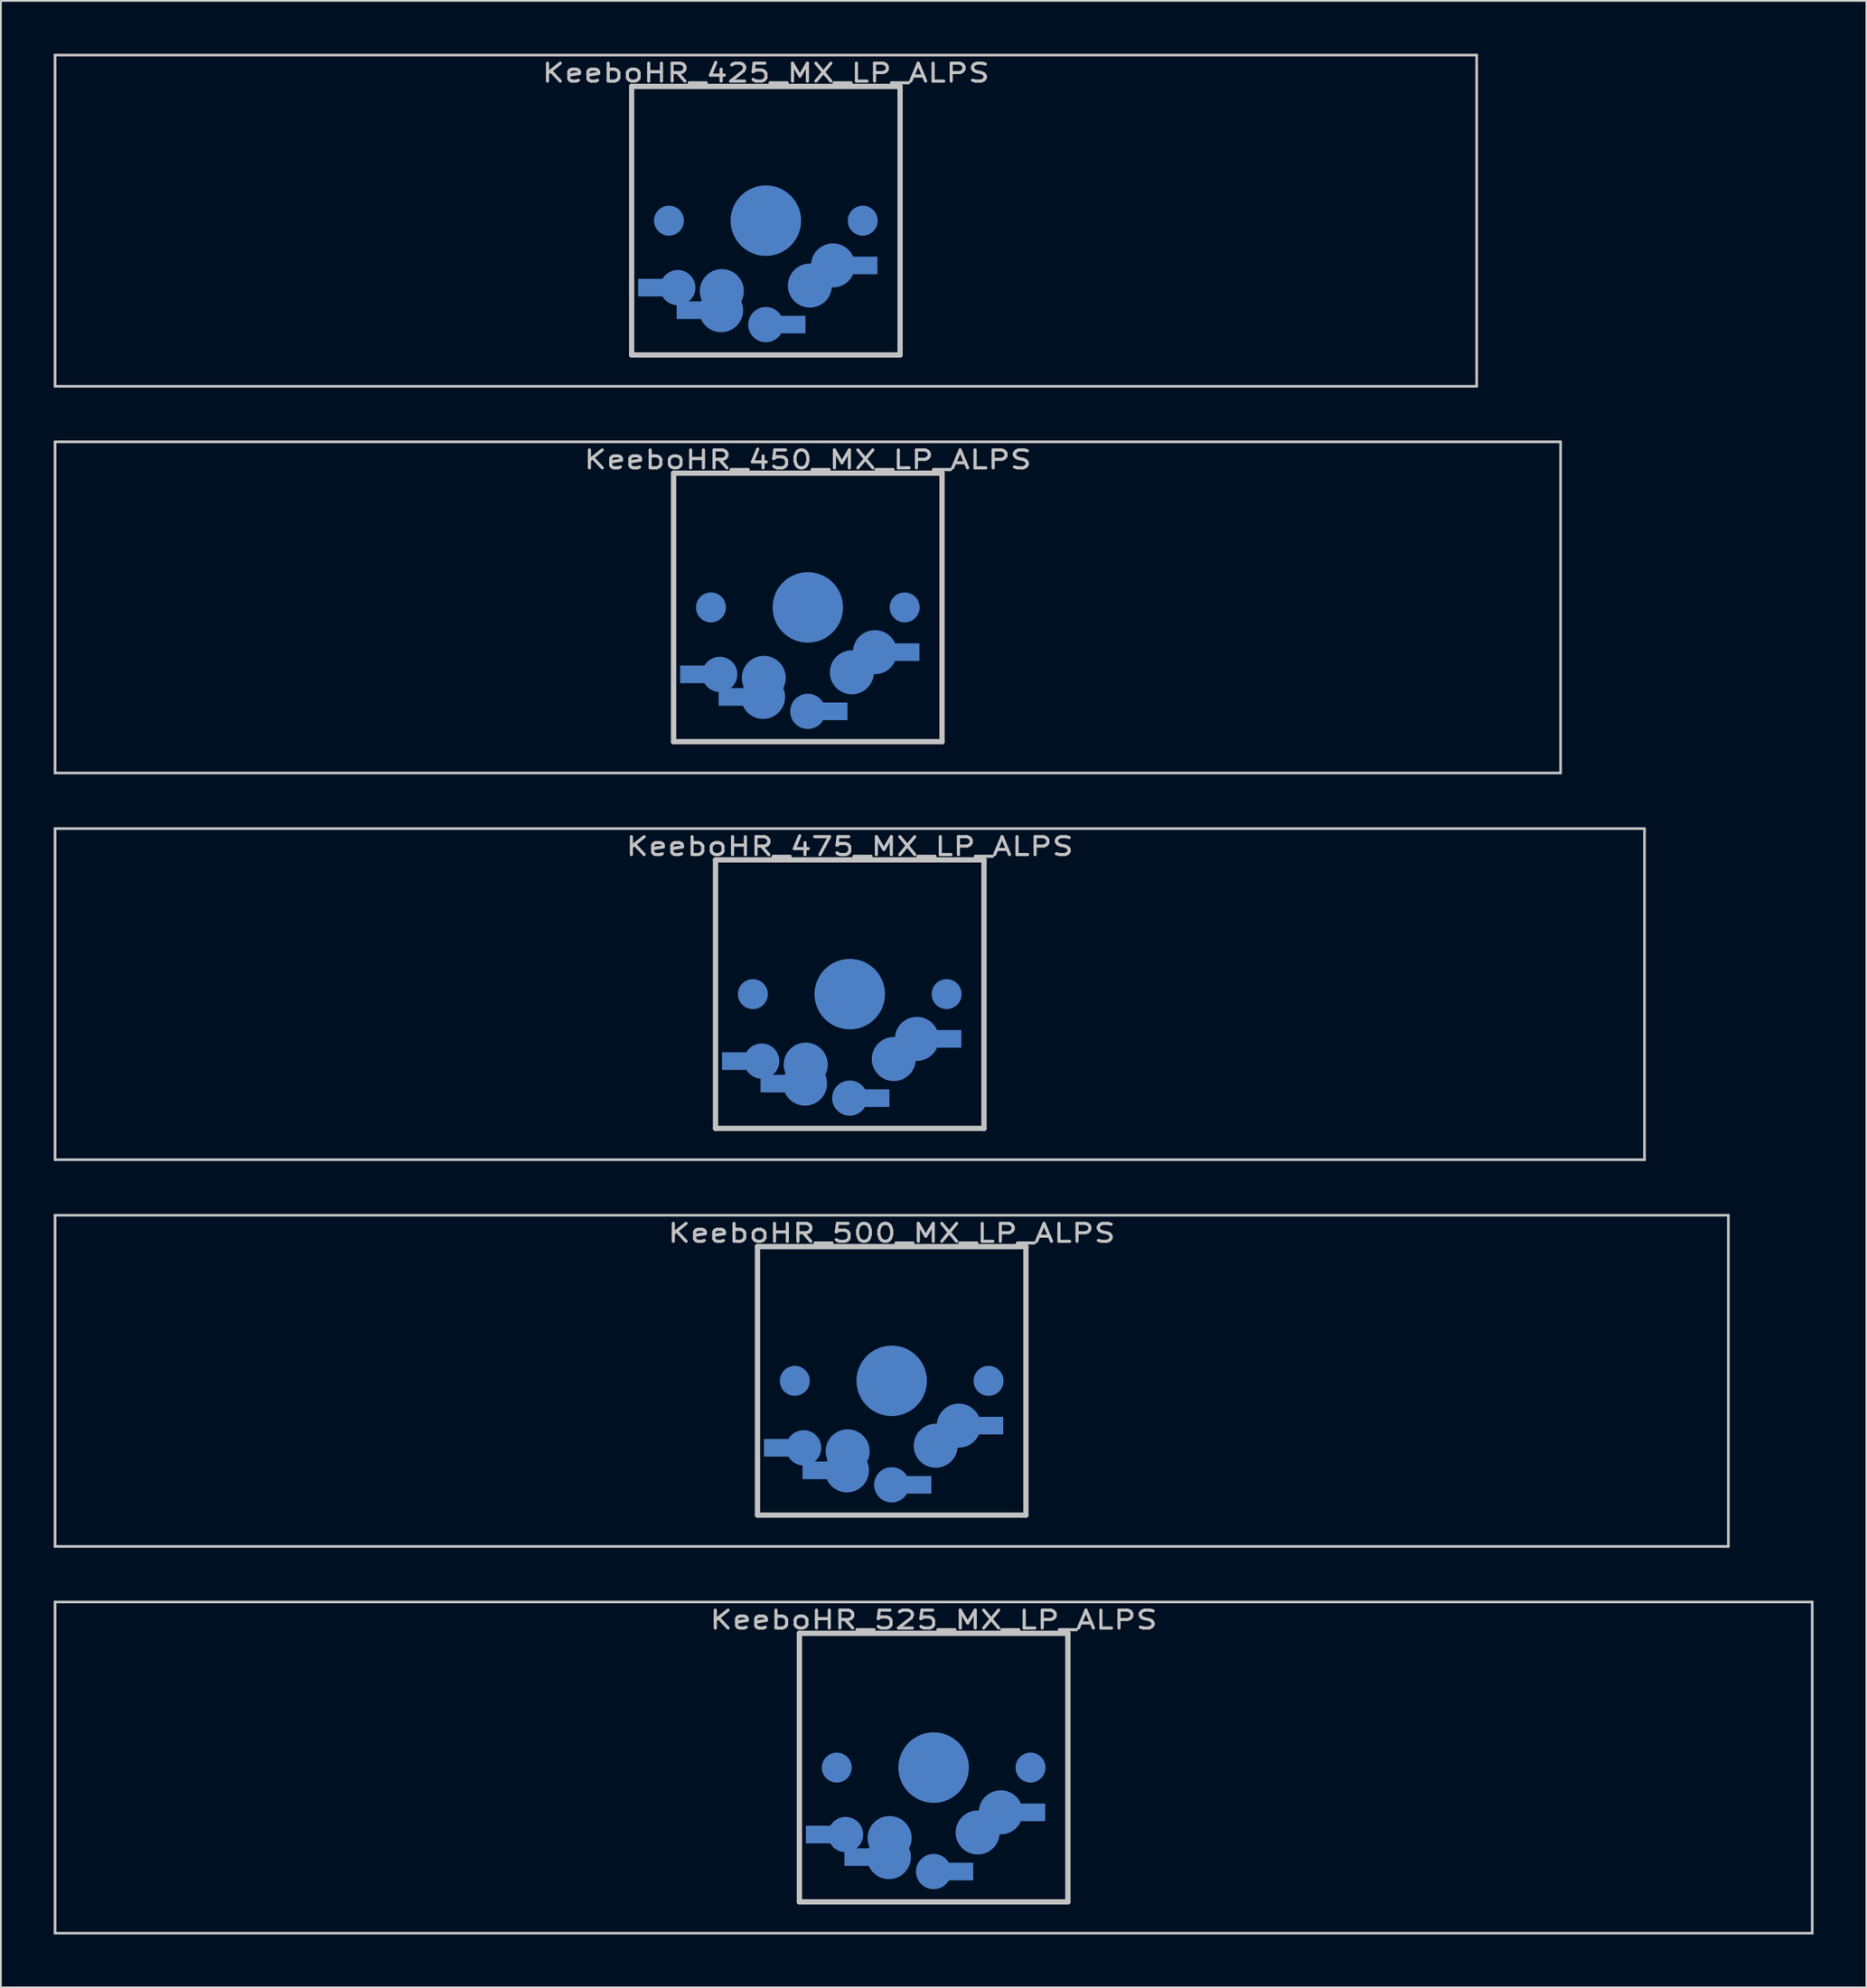
<source format=kicad_pcb>
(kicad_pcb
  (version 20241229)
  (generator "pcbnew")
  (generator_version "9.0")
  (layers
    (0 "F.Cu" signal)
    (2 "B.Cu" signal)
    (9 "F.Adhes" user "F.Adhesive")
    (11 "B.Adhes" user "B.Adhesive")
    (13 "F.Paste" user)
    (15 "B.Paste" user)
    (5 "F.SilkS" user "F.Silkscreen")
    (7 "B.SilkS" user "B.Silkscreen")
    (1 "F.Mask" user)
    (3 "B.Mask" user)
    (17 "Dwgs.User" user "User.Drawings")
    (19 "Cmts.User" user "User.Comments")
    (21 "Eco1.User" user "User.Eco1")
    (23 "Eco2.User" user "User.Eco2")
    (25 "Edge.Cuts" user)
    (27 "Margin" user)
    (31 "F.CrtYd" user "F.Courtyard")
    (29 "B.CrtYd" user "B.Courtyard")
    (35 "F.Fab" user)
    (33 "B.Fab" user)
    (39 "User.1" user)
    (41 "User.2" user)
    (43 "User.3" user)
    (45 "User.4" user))
  (footprint "KeeboHR_525_MX_LP_ALPS"
    (layer "B.Cu")
    (at 49.955 97.268)
    (property "Reference" "KeeboHR_525_MX_LP_ALPS" (at 0 -8.382 0) (layer "Dwgs.User") (effects (font (size 1.016 1.27) (thickness 0.178))))
    (attr through_hole)
    (fp_line (start -49.879 -9.398) (end 49.879 -9.398) (stroke (width 0.152) (type solid)) (layer "Dwgs.User"))
    (fp_line (start -49.879 9.398) (end -49.879 -9.398) (stroke (width 0.152) (type solid)) (layer "Dwgs.User"))
    (fp_line (start -7.62 -7.62) (end 7.62 -7.62) (stroke (width 0.3) (type solid)) (layer "Dwgs.User"))
    (fp_line (start -7.62 7.62) (end -7.62 -7.62) (stroke (width 0.3) (type solid)) (layer "Dwgs.User"))
    (fp_line (start 7.62 -7.62) (end 7.62 7.62) (stroke (width 0.3) (type solid)) (layer "Dwgs.User"))
    (fp_line (start 7.62 7.62) (end -7.62 7.62) (stroke (width 0.3) (type solid)) (layer "Dwgs.User"))
    (fp_line (start 49.879 -9.398) (end 49.879 9.398) (stroke (width 0.152) (type solid)) (layer "Dwgs.User"))
    (fp_line (start 49.879 9.398) (end -49.879 9.398) (stroke (width 0.152) (type solid)) (layer "Dwgs.User"))
    (pad "" smd circle (at -5.5 0) (size 1.7 1.7) (layers "B.Cu" "B.Mask"))
    (pad "" smd circle (at 0 0) (size 4 4) (layers "B.Cu" "B.Mask"))
    (pad "" smd circle (at 5.5 0) (size 1.7 1.7) (layers "B.Cu" "B.Mask"))
    (pad "1" smd circle (at 0 5.9) (size 2 2) (layers "B.Cu" "B.Mask"))
    (pad "1" smd rect (at 1.25 5.9) (size 2 1) (layers "B.Cu" "B.Mask"))
    (pad "1" smd circle (at 2.5 3.683) (size 2.5 2.5) (layers "B.Cu" "B.Mask"))
    (pad "1" smd circle (at 3.81 2.54) (size 2.5 2.5) (layers "B.Cu" "B.Mask"))
    (pad "1" smd rect (at 5.334 2.54) (size 2 1) (layers "B.Cu" "B.Mask"))
    (pad "2" smd rect (at -6.25 3.8) (size 2 1) (layers "B.Cu" "B.Mask"))
    (pad "2" smd circle (at -5 3.8) (size 2 2) (layers "B.Cu" "B.Mask"))
    (pad "2" smd rect (at -4.064 5.08) (size 2 1) (layers "B.Cu" "B.Mask"))
    (pad "2" smd circle (at -2.54 5.08) (size 2.5 2.5) (layers "B.Cu" "B.Mask"))
    (pad "2" smd circle (at -2.5 4) (size 2.5 2.5) (layers "B.Cu" "B.Mask")))
  (footprint "KeeboHR_475_MX_LP_ALPS"
    (layer "B.Cu")
    (at 45.193 53.371)
    (property "Reference" "KeeboHR_475_MX_LP_ALPS" (at 0 -8.382 0) (layer "Dwgs.User") (effects (font (size 1.016 1.27) (thickness 0.178))))
    (attr through_hole)
    (fp_line (start -45.117 -9.398) (end 45.117 -9.398) (stroke (width 0.152) (type solid)) (layer "Dwgs.User"))
    (fp_line (start -45.117 9.398) (end -45.117 -9.398) (stroke (width 0.152) (type solid)) (layer "Dwgs.User"))
    (fp_line (start -7.62 -7.62) (end 7.62 -7.62) (stroke (width 0.3) (type solid)) (layer "Dwgs.User"))
    (fp_line (start -7.62 7.62) (end -7.62 -7.62) (stroke (width 0.3) (type solid)) (layer "Dwgs.User"))
    (fp_line (start 7.62 -7.62) (end 7.62 7.62) (stroke (width 0.3) (type solid)) (layer "Dwgs.User"))
    (fp_line (start 7.62 7.62) (end -7.62 7.62) (stroke (width 0.3) (type solid)) (layer "Dwgs.User"))
    (fp_line (start 45.117 -9.398) (end 45.117 9.398) (stroke (width 0.152) (type solid)) (layer "Dwgs.User"))
    (fp_line (start 45.117 9.398) (end -45.117 9.398) (stroke (width 0.152) (type solid)) (layer "Dwgs.User"))
    (pad "" smd circle (at -5.5 0) (size 1.7 1.7) (layers "B.Cu" "B.Mask"))
    (pad "" smd circle (at 0 0) (size 4 4) (layers "B.Cu" "B.Mask"))
    (pad "" smd circle (at 5.5 0) (size 1.7 1.7) (layers "B.Cu" "B.Mask"))
    (pad "1" smd circle (at 0 5.9) (size 2 2) (layers "B.Cu" "B.Mask"))
    (pad "1" smd rect (at 1.25 5.9) (size 2 1) (layers "B.Cu" "B.Mask"))
    (pad "1" smd circle (at 2.5 3.683) (size 2.5 2.5) (layers "B.Cu" "B.Mask"))
    (pad "1" smd circle (at 3.81 2.54) (size 2.5 2.5) (layers "B.Cu" "B.Mask"))
    (pad "1" smd rect (at 5.334 2.54) (size 2 1) (layers "B.Cu" "B.Mask"))
    (pad "2" smd rect (at -6.25 3.8) (size 2 1) (layers "B.Cu" "B.Mask"))
    (pad "2" smd circle (at -5 3.8) (size 2 2) (layers "B.Cu" "B.Mask"))
    (pad "2" smd rect (at -4.064 5.08) (size 2 1) (layers "B.Cu" "B.Mask"))
    (pad "2" smd circle (at -2.54 5.08) (size 2.5 2.5) (layers "B.Cu" "B.Mask"))
    (pad "2" smd circle (at -2.5 4) (size 2.5 2.5) (layers "B.Cu" "B.Mask")))
  (footprint "KeeboHR_425_MX_LP_ALPS"
    (layer "B.Cu")
    (at 40.43 9.474)
    (property "Reference" "KeeboHR_425_MX_LP_ALPS" (at 0 -8.382 0) (layer "Dwgs.User") (effects (font (size 1.016 1.27) (thickness 0.178))))
    (attr through_hole)
    (fp_line (start -40.354 -9.398) (end 40.354 -9.398) (stroke (width 0.152) (type solid)) (layer "Dwgs.User"))
    (fp_line (start -40.354 9.398) (end -40.354 -9.398) (stroke (width 0.152) (type solid)) (layer "Dwgs.User"))
    (fp_line (start -7.62 -7.62) (end 7.62 -7.62) (stroke (width 0.3) (type solid)) (layer "Dwgs.User"))
    (fp_line (start -7.62 7.62) (end -7.62 -7.62) (stroke (width 0.3) (type solid)) (layer "Dwgs.User"))
    (fp_line (start 7.62 -7.62) (end 7.62 7.62) (stroke (width 0.3) (type solid)) (layer "Dwgs.User"))
    (fp_line (start 7.62 7.62) (end -7.62 7.62) (stroke (width 0.3) (type solid)) (layer "Dwgs.User"))
    (fp_line (start 40.354 -9.398) (end 40.354 9.398) (stroke (width 0.152) (type solid)) (layer "Dwgs.User"))
    (fp_line (start 40.354 9.398) (end -40.354 9.398) (stroke (width 0.152) (type solid)) (layer "Dwgs.User"))
    (pad "" smd circle (at -5.5 0) (size 1.7 1.7) (layers "B.Cu" "B.Mask"))
    (pad "" smd circle (at 0 0) (size 4 4) (layers "B.Cu" "B.Mask"))
    (pad "" smd circle (at 5.5 0) (size 1.7 1.7) (layers "B.Cu" "B.Mask"))
    (pad "1" smd circle (at 0 5.9) (size 2 2) (layers "B.Cu" "B.Mask"))
    (pad "1" smd rect (at 1.25 5.9) (size 2 1) (layers "B.Cu" "B.Mask"))
    (pad "1" smd circle (at 2.5 3.683) (size 2.5 2.5) (layers "B.Cu" "B.Mask"))
    (pad "1" smd circle (at 3.81 2.54) (size 2.5 2.5) (layers "B.Cu" "B.Mask"))
    (pad "1" smd rect (at 5.334 2.54) (size 2 1) (layers "B.Cu" "B.Mask"))
    (pad "2" smd rect (at -6.25 3.8) (size 2 1) (layers "B.Cu" "B.Mask"))
    (pad "2" smd circle (at -5 3.8) (size 2 2) (layers "B.Cu" "B.Mask"))
    (pad "2" smd rect (at -4.064 5.08) (size 2 1) (layers "B.Cu" "B.Mask"))
    (pad "2" smd circle (at -2.54 5.08) (size 2.5 2.5) (layers "B.Cu" "B.Mask"))
    (pad "2" smd circle (at -2.5 4) (size 2.5 2.5) (layers "B.Cu" "B.Mask")))
  (footprint "KeeboHR_500_MX_LP_ALPS"
    (layer "B.Cu")
    (at 47.574 75.319)
    (property "Reference" "KeeboHR_500_MX_LP_ALPS" (at 0 -8.382 0) (layer "Dwgs.User") (effects (font (size 1.016 1.27) (thickness 0.178))))
    (attr through_hole)
    (fp_line (start -47.498 -9.398) (end 47.498 -9.398) (stroke (width 0.152) (type solid)) (layer "Dwgs.User"))
    (fp_line (start -47.498 9.398) (end -47.498 -9.398) (stroke (width 0.152) (type solid)) (layer "Dwgs.User"))
    (fp_line (start -7.62 -7.62) (end 7.62 -7.62) (stroke (width 0.3) (type solid)) (layer "Dwgs.User"))
    (fp_line (start -7.62 7.62) (end -7.62 -7.62) (stroke (width 0.3) (type solid)) (layer "Dwgs.User"))
    (fp_line (start 7.62 -7.62) (end 7.62 7.62) (stroke (width 0.3) (type solid)) (layer "Dwgs.User"))
    (fp_line (start 7.62 7.62) (end -7.62 7.62) (stroke (width 0.3) (type solid)) (layer "Dwgs.User"))
    (fp_line (start 47.498 -9.398) (end 47.498 9.398) (stroke (width 0.152) (type solid)) (layer "Dwgs.User"))
    (fp_line (start 47.498 9.398) (end -47.498 9.398) (stroke (width 0.152) (type solid)) (layer "Dwgs.User"))
    (pad "" smd circle (at -5.5 0) (size 1.7 1.7) (layers "B.Cu" "B.Mask"))
    (pad "" smd circle (at 0 0) (size 4 4) (layers "B.Cu" "B.Mask"))
    (pad "" smd circle (at 5.5 0) (size 1.7 1.7) (layers "B.Cu" "B.Mask"))
    (pad "1" smd circle (at 0 5.9) (size 2 2) (layers "B.Cu" "B.Mask"))
    (pad "1" smd rect (at 1.25 5.9) (size 2 1) (layers "B.Cu" "B.Mask"))
    (pad "1" smd circle (at 2.5 3.683) (size 2.5 2.5) (layers "B.Cu" "B.Mask"))
    (pad "1" smd circle (at 3.81 2.54) (size 2.5 2.5) (layers "B.Cu" "B.Mask"))
    (pad "1" smd rect (at 5.334 2.54) (size 2 1) (layers "B.Cu" "B.Mask"))
    (pad "2" smd rect (at -6.25 3.8) (size 2 1) (layers "B.Cu" "B.Mask"))
    (pad "2" smd circle (at -5 3.8) (size 2 2) (layers "B.Cu" "B.Mask"))
    (pad "2" smd rect (at -4.064 5.08) (size 2 1) (layers "B.Cu" "B.Mask"))
    (pad "2" smd circle (at -2.54 5.08) (size 2.5 2.5) (layers "B.Cu" "B.Mask"))
    (pad "2" smd circle (at -2.5 4) (size 2.5 2.5) (layers "B.Cu" "B.Mask")))
  (footprint "KeeboHR_450_MX_LP_ALPS"
    (layer "B.Cu")
    (at 42.812 31.423)
    (property "Reference" "KeeboHR_450_MX_LP_ALPS" (at 0 -8.382 0) (layer "Dwgs.User") (effects (font (size 1.016 1.27) (thickness 0.178))))
    (attr through_hole)
    (fp_line (start -42.736 -9.398) (end 42.736 -9.398) (stroke (width 0.152) (type solid)) (layer "Dwgs.User"))
    (fp_line (start -42.736 9.398) (end -42.736 -9.398) (stroke (width 0.152) (type solid)) (layer "Dwgs.User"))
    (fp_line (start -7.62 -7.62) (end 7.62 -7.62) (stroke (width 0.3) (type solid)) (layer "Dwgs.User"))
    (fp_line (start -7.62 7.62) (end -7.62 -7.62) (stroke (width 0.3) (type solid)) (layer "Dwgs.User"))
    (fp_line (start 7.62 -7.62) (end 7.62 7.62) (stroke (width 0.3) (type solid)) (layer "Dwgs.User"))
    (fp_line (start 7.62 7.62) (end -7.62 7.62) (stroke (width 0.3) (type solid)) (layer "Dwgs.User"))
    (fp_line (start 42.736 -9.398) (end 42.736 9.398) (stroke (width 0.152) (type solid)) (layer "Dwgs.User"))
    (fp_line (start 42.736 9.398) (end -42.736 9.398) (stroke (width 0.152) (type solid)) (layer "Dwgs.User"))
    (pad "" smd circle (at -5.5 0) (size 1.7 1.7) (layers "B.Cu" "B.Mask"))
    (pad "" smd circle (at 0 0) (size 4 4) (layers "B.Cu" "B.Mask"))
    (pad "" smd circle (at 5.5 0) (size 1.7 1.7) (layers "B.Cu" "B.Mask"))
    (pad "1" smd circle (at 0 5.9) (size 2 2) (layers "B.Cu" "B.Mask"))
    (pad "1" smd rect (at 1.25 5.9) (size 2 1) (layers "B.Cu" "B.Mask"))
    (pad "1" smd circle (at 2.5 3.683) (size 2.5 2.5) (layers "B.Cu" "B.Mask"))
    (pad "1" smd circle (at 3.81 2.54) (size 2.5 2.5) (layers "B.Cu" "B.Mask"))
    (pad "1" smd rect (at 5.334 2.54) (size 2 1) (layers "B.Cu" "B.Mask"))
    (pad "2" smd rect (at -6.25 3.8) (size 2 1) (layers "B.Cu" "B.Mask"))
    (pad "2" smd circle (at -5 3.8) (size 2 2) (layers "B.Cu" "B.Mask"))
    (pad "2" smd rect (at -4.064 5.08) (size 2 1) (layers "B.Cu" "B.Mask"))
    (pad "2" smd circle (at -2.54 5.08) (size 2.5 2.5) (layers "B.Cu" "B.Mask"))
    (pad "2" smd circle (at -2.5 4) (size 2.5 2.5) (layers "B.Cu" "B.Mask")))
  (gr_rect
    (start -3 -3)
    (end 102.911 109.742)
    (stroke (width 0.1) (type default))
    (fill no)
    (layer "Edge.Cuts")))
</source>
